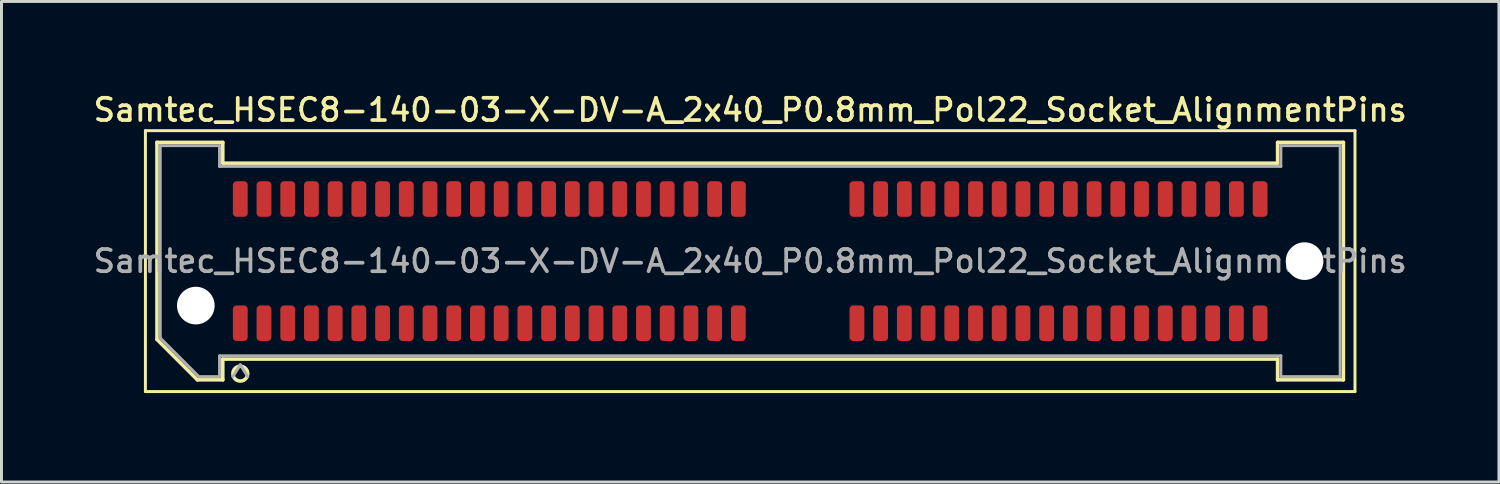
<source format=kicad_pcb>
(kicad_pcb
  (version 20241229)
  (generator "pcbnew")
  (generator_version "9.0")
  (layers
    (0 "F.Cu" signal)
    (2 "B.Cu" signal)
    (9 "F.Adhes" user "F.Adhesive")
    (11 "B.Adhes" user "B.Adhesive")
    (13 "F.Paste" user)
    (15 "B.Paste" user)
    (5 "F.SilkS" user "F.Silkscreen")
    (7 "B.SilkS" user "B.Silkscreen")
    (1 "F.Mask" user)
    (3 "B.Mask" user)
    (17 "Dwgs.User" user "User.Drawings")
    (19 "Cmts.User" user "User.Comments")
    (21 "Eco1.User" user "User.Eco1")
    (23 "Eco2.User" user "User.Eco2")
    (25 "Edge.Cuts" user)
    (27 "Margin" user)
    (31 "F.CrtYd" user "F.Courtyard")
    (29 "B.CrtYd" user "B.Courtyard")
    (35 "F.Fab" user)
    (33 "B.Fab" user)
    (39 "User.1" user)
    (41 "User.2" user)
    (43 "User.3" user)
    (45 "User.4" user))
  (footprint "Samtec_HSEC8-140-03-X-DV-A_2x40_P0.8mm_Pol22_Socket_AlignmentPins"
    (layer "F.Cu")
    (at 22.255 5.758)
    (property "Reference" "Samtec_HSEC8-140-03-X-DV-A_2x40_P0.8mm_Pol22_Socket_AlignmentPins" (at 0 -5.1 0) (layer "F.SilkS") (effects (font (size 0.75 0.75) (thickness 0.125))))
    (attr smd)
    (fp_line (start -20.4 -4.4) (end -20.4 4.4) (stroke (width 0.1) (type solid)) (layer "F.SilkS"))
    (fp_line (start -20.4 4.4) (end 20.4 4.4) (stroke (width 0.1) (type solid)) (layer "F.SilkS"))
    (fp_line (start -20.01 -4.005) (end -17.79 -4.005) (stroke (width 0.12) (type solid)) (layer "F.SilkS"))
    (fp_line (start -20.01 2.641) (end -20.01 -4.005) (stroke (width 0.12) (type solid)) (layer "F.SilkS"))
    (fp_line (start -18.646 4.005) (end -20.01 2.641) (stroke (width 0.12) (type solid)) (layer "F.SilkS"))
    (fp_line (start -17.79 -4.005) (end -17.79 -3.305) (stroke (width 0.12) (type solid)) (layer "F.SilkS"))
    (fp_line (start -17.79 -3.305) (end 17.79 -3.305) (stroke (width 0.12) (type solid)) (layer "F.SilkS"))
    (fp_line (start -17.79 3.305) (end -17.79 4.005) (stroke (width 0.12) (type solid)) (layer "F.SilkS"))
    (fp_line (start -17.79 4.005) (end -18.646 4.005) (stroke (width 0.12) (type solid)) (layer "F.SilkS"))
    (fp_line (start 17.79 -4.005) (end 20.01 -4.005) (stroke (width 0.12) (type solid)) (layer "F.SilkS"))
    (fp_line (start 17.79 -3.305) (end 17.79 -4.005) (stroke (width 0.12) (type solid)) (layer "F.SilkS"))
    (fp_line (start 17.79 3.305) (end -17.79 3.305) (stroke (width 0.12) (type solid)) (layer "F.SilkS"))
    (fp_line (start 17.79 4.005) (end 17.79 3.305) (stroke (width 0.12) (type solid)) (layer "F.SilkS"))
    (fp_line (start 20.01 -4.005) (end 20.01 4.005) (stroke (width 0.12) (type solid)) (layer "F.SilkS"))
    (fp_line (start 20.01 4.005) (end 17.79 4.005) (stroke (width 0.12) (type solid)) (layer "F.SilkS"))
    (fp_line (start 20.4 -4.4) (end -20.4 -4.4) (stroke (width 0.1) (type solid)) (layer "F.SilkS"))
    (fp_line (start 20.4 4.4) (end 20.4 -4.4) (stroke (width 0.1) (type solid)) (layer "F.SilkS"))
    (fp_arc (start -16.95 3.795) (mid -17.45 3.795) (end -16.95 3.795) (stroke (width 0.12) (type solid)) (layer "F.SilkS"))
    (fp_line (start -19.9 -3.895) (end -17.9 -3.895) (stroke (width 0.1) (type solid)) (layer "F.Fab"))
    (fp_line (start -19.9 2.595) (end -19.9 -3.895) (stroke (width 0.1) (type solid)) (layer "F.Fab"))
    (fp_line (start -18.6 3.895) (end -19.9 2.595) (stroke (width 0.1) (type solid)) (layer "F.Fab"))
    (fp_line (start -17.9 -3.895) (end -17.9 -3.195) (stroke (width 0.1) (type solid)) (layer "F.Fab"))
    (fp_line (start -17.9 -3.195) (end 17.9 -3.195) (stroke (width 0.1) (type solid)) (layer "F.Fab"))
    (fp_line (start -17.9 3.195) (end -17.9 3.895) (stroke (width 0.1) (type solid)) (layer "F.Fab"))
    (fp_line (start -17.9 3.895) (end -18.6 3.895) (stroke (width 0.1) (type solid)) (layer "F.Fab"))
    (fp_line (start -17.2 3.495) (end -17.45 3.895) (stroke (width 0.1) (type solid)) (layer "F.Fab"))
    (fp_line (start -17.2 3.495) (end -16.95 3.895) (stroke (width 0.1) (type solid)) (layer "F.Fab"))
    (fp_line (start 17.9 -3.895) (end 19.9 -3.895) (stroke (width 0.1) (type solid)) (layer "F.Fab"))
    (fp_line (start 17.9 -3.195) (end 17.9 -3.895) (stroke (width 0.1) (type solid)) (layer "F.Fab"))
    (fp_line (start 17.9 3.195) (end -17.9 3.195) (stroke (width 0.1) (type solid)) (layer "F.Fab"))
    (fp_line (start 17.9 3.895) (end 17.9 3.195) (stroke (width 0.1) (type solid)) (layer "F.Fab"))
    (fp_line (start 19.9 -3.895) (end 19.9 3.895) (stroke (width 0.1) (type solid)) (layer "F.Fab"))
    (fp_line (start 19.9 3.895) (end 17.9 3.895) (stroke (width 0.1) (type solid)) (layer "F.Fab"))
    (fp_text user "${REFERENCE}" (at 0 0 0) (layer "F.Fab") (effects (font (size 0.75 0.75) (thickness 0.125))))
    (pad "" np_thru_hole circle (at -18.7 1.5) (size 1.27 1.27) (drill 1.27) (layers "*.Cu" "*.Mask"))
    (pad "" np_thru_hole circle (at 18.7 0) (size 1.27 1.27) (drill 1.27) (layers "*.Cu" "*.Mask"))
    (pad "1" smd roundrect (at -17.2 2.095) (size 0.5 1.2) (layers "F.Cu" "F.Mask" "F.Paste") (roundrect_rratio 0.25))
    (pad "2" smd roundrect (at -17.2 -2.095) (size 0.5 1.2) (layers "F.Cu" "F.Mask" "F.Paste") (roundrect_rratio 0.25))
    (pad "3" smd roundrect (at -16.4 2.095) (size 0.5 1.2) (layers "F.Cu" "F.Mask" "F.Paste") (roundrect_rratio 0.25))
    (pad "4" smd roundrect (at -16.4 -2.095) (size 0.5 1.2) (layers "F.Cu" "F.Mask" "F.Paste") (roundrect_rratio 0.25))
    (pad "5" smd roundrect (at -15.6 2.095) (size 0.5 1.2) (layers "F.Cu" "F.Mask" "F.Paste") (roundrect_rratio 0.25))
    (pad "6" smd roundrect (at -15.6 -2.095) (size 0.5 1.2) (layers "F.Cu" "F.Mask" "F.Paste") (roundrect_rratio 0.25))
    (pad "7" smd roundrect (at -14.8 2.095) (size 0.5 1.2) (layers "F.Cu" "F.Mask" "F.Paste") (roundrect_rratio 0.25))
    (pad "8" smd roundrect (at -14.8 -2.095) (size 0.5 1.2) (layers "F.Cu" "F.Mask" "F.Paste") (roundrect_rratio 0.25))
    (pad "9" smd roundrect (at -14 2.095) (size 0.5 1.2) (layers "F.Cu" "F.Mask" "F.Paste") (roundrect_rratio 0.25))
    (pad "10" smd roundrect (at -14 -2.095) (size 0.5 1.2) (layers "F.Cu" "F.Mask" "F.Paste") (roundrect_rratio 0.25))
    (pad "11" smd roundrect (at -13.2 2.095) (size 0.5 1.2) (layers "F.Cu" "F.Mask" "F.Paste") (roundrect_rratio 0.25))
    (pad "12" smd roundrect (at -13.2 -2.095) (size 0.5 1.2) (layers "F.Cu" "F.Mask" "F.Paste") (roundrect_rratio 0.25))
    (pad "13" smd roundrect (at -12.4 2.095) (size 0.5 1.2) (layers "F.Cu" "F.Mask" "F.Paste") (roundrect_rratio 0.25))
    (pad "14" smd roundrect (at -12.4 -2.095) (size 0.5 1.2) (layers "F.Cu" "F.Mask" "F.Paste") (roundrect_rratio 0.25))
    (pad "15" smd roundrect (at -11.6 2.095) (size 0.5 1.2) (layers "F.Cu" "F.Mask" "F.Paste") (roundrect_rratio 0.25))
    (pad "16" smd roundrect (at -11.6 -2.095) (size 0.5 1.2) (layers "F.Cu" "F.Mask" "F.Paste") (roundrect_rratio 0.25))
    (pad "17" smd roundrect (at -10.8 2.095) (size 0.5 1.2) (layers "F.Cu" "F.Mask" "F.Paste") (roundrect_rratio 0.25))
    (pad "18" smd roundrect (at -10.8 -2.095) (size 0.5 1.2) (layers "F.Cu" "F.Mask" "F.Paste") (roundrect_rratio 0.25))
    (pad "19" smd roundrect (at -10 2.095) (size 0.5 1.2) (layers "F.Cu" "F.Mask" "F.Paste") (roundrect_rratio 0.25))
    (pad "20" smd roundrect (at -10 -2.095) (size 0.5 1.2) (layers "F.Cu" "F.Mask" "F.Paste") (roundrect_rratio 0.25))
    (pad "21" smd roundrect (at -9.2 2.095) (size 0.5 1.2) (layers "F.Cu" "F.Mask" "F.Paste") (roundrect_rratio 0.25))
    (pad "22" smd roundrect (at -9.2 -2.095) (size 0.5 1.2) (layers "F.Cu" "F.Mask" "F.Paste") (roundrect_rratio 0.25))
    (pad "23" smd roundrect (at -8.4 2.095) (size 0.5 1.2) (layers "F.Cu" "F.Mask" "F.Paste") (roundrect_rratio 0.25))
    (pad "24" smd roundrect (at -8.4 -2.095) (size 0.5 1.2) (layers "F.Cu" "F.Mask" "F.Paste") (roundrect_rratio 0.25))
    (pad "25" smd roundrect (at -7.6 2.095) (size 0.5 1.2) (layers "F.Cu" "F.Mask" "F.Paste") (roundrect_rratio 0.25))
    (pad "26" smd roundrect (at -7.6 -2.095) (size 0.5 1.2) (layers "F.Cu" "F.Mask" "F.Paste") (roundrect_rratio 0.25))
    (pad "27" smd roundrect (at -6.8 2.095) (size 0.5 1.2) (layers "F.Cu" "F.Mask" "F.Paste") (roundrect_rratio 0.25))
    (pad "28" smd roundrect (at -6.8 -2.095) (size 0.5 1.2) (layers "F.Cu" "F.Mask" "F.Paste") (roundrect_rratio 0.25))
    (pad "29" smd roundrect (at -6 2.095) (size 0.5 1.2) (layers "F.Cu" "F.Mask" "F.Paste") (roundrect_rratio 0.25))
    (pad "30" smd roundrect (at -6 -2.095) (size 0.5 1.2) (layers "F.Cu" "F.Mask" "F.Paste") (roundrect_rratio 0.25))
    (pad "31" smd roundrect (at -5.2 2.095) (size 0.5 1.2) (layers "F.Cu" "F.Mask" "F.Paste") (roundrect_rratio 0.25))
    (pad "32" smd roundrect (at -5.2 -2.095) (size 0.5 1.2) (layers "F.Cu" "F.Mask" "F.Paste") (roundrect_rratio 0.25))
    (pad "33" smd roundrect (at -4.4 2.095) (size 0.5 1.2) (layers "F.Cu" "F.Mask" "F.Paste") (roundrect_rratio 0.25))
    (pad "34" smd roundrect (at -4.4 -2.095) (size 0.5 1.2) (layers "F.Cu" "F.Mask" "F.Paste") (roundrect_rratio 0.25))
    (pad "35" smd roundrect (at -3.6 2.095) (size 0.5 1.2) (layers "F.Cu" "F.Mask" "F.Paste") (roundrect_rratio 0.25))
    (pad "36" smd roundrect (at -3.6 -2.095) (size 0.5 1.2) (layers "F.Cu" "F.Mask" "F.Paste") (roundrect_rratio 0.25))
    (pad "37" smd roundrect (at -2.8 2.095) (size 0.5 1.2) (layers "F.Cu" "F.Mask" "F.Paste") (roundrect_rratio 0.25))
    (pad "38" smd roundrect (at -2.8 -2.095) (size 0.5 1.2) (layers "F.Cu" "F.Mask" "F.Paste") (roundrect_rratio 0.25))
    (pad "39" smd roundrect (at -2 2.095) (size 0.5 1.2) (layers "F.Cu" "F.Mask" "F.Paste") (roundrect_rratio 0.25))
    (pad "40" smd roundrect (at -2 -2.095) (size 0.5 1.2) (layers "F.Cu" "F.Mask" "F.Paste") (roundrect_rratio 0.25))
    (pad "41" smd roundrect (at -1.2 2.095) (size 0.5 1.2) (layers "F.Cu" "F.Mask" "F.Paste") (roundrect_rratio 0.25))
    (pad "42" smd roundrect (at -1.2 -2.095) (size 0.5 1.2) (layers "F.Cu" "F.Mask" "F.Paste") (roundrect_rratio 0.25))
    (pad "43" smd roundrect (at -0.4 2.095) (size 0.5 1.2) (layers "F.Cu" "F.Mask" "F.Paste") (roundrect_rratio 0.25))
    (pad "44" smd roundrect (at -0.4 -2.095) (size 0.5 1.2) (layers "F.Cu" "F.Mask" "F.Paste") (roundrect_rratio 0.25))
    (pad "45" smd roundrect (at 3.6 2.095) (size 0.5 1.2) (layers "F.Cu" "F.Mask" "F.Paste") (roundrect_rratio 0.25))
    (pad "46" smd roundrect (at 3.6 -2.095) (size 0.5 1.2) (layers "F.Cu" "F.Mask" "F.Paste") (roundrect_rratio 0.25))
    (pad "47" smd roundrect (at 4.4 2.095) (size 0.5 1.2) (layers "F.Cu" "F.Mask" "F.Paste") (roundrect_rratio 0.25))
    (pad "48" smd roundrect (at 4.4 -2.095) (size 0.5 1.2) (layers "F.Cu" "F.Mask" "F.Paste") (roundrect_rratio 0.25))
    (pad "49" smd roundrect (at 5.2 2.095) (size 0.5 1.2) (layers "F.Cu" "F.Mask" "F.Paste") (roundrect_rratio 0.25))
    (pad "50" smd roundrect (at 5.2 -2.095) (size 0.5 1.2) (layers "F.Cu" "F.Mask" "F.Paste") (roundrect_rratio 0.25))
    (pad "51" smd roundrect (at 6 2.095) (size 0.5 1.2) (layers "F.Cu" "F.Mask" "F.Paste") (roundrect_rratio 0.25))
    (pad "52" smd roundrect (at 6 -2.095) (size 0.5 1.2) (layers "F.Cu" "F.Mask" "F.Paste") (roundrect_rratio 0.25))
    (pad "53" smd roundrect (at 6.8 2.095) (size 0.5 1.2) (layers "F.Cu" "F.Mask" "F.Paste") (roundrect_rratio 0.25))
    (pad "54" smd roundrect (at 6.8 -2.095) (size 0.5 1.2) (layers "F.Cu" "F.Mask" "F.Paste") (roundrect_rratio 0.25))
    (pad "55" smd roundrect (at 7.6 2.095) (size 0.5 1.2) (layers "F.Cu" "F.Mask" "F.Paste") (roundrect_rratio 0.25))
    (pad "56" smd roundrect (at 7.6 -2.095) (size 0.5 1.2) (layers "F.Cu" "F.Mask" "F.Paste") (roundrect_rratio 0.25))
    (pad "57" smd roundrect (at 8.4 2.095) (size 0.5 1.2) (layers "F.Cu" "F.Mask" "F.Paste") (roundrect_rratio 0.25))
    (pad "58" smd roundrect (at 8.4 -2.095) (size 0.5 1.2) (layers "F.Cu" "F.Mask" "F.Paste") (roundrect_rratio 0.25))
    (pad "59" smd roundrect (at 9.2 2.095) (size 0.5 1.2) (layers "F.Cu" "F.Mask" "F.Paste") (roundrect_rratio 0.25))
    (pad "60" smd roundrect (at 9.2 -2.095) (size 0.5 1.2) (layers "F.Cu" "F.Mask" "F.Paste") (roundrect_rratio 0.25))
    (pad "61" smd roundrect (at 10 2.095) (size 0.5 1.2) (layers "F.Cu" "F.Mask" "F.Paste") (roundrect_rratio 0.25))
    (pad "62" smd roundrect (at 10 -2.095) (size 0.5 1.2) (layers "F.Cu" "F.Mask" "F.Paste") (roundrect_rratio 0.25))
    (pad "63" smd roundrect (at 10.8 2.095) (size 0.5 1.2) (layers "F.Cu" "F.Mask" "F.Paste") (roundrect_rratio 0.25))
    (pad "64" smd roundrect (at 10.8 -2.095) (size 0.5 1.2) (layers "F.Cu" "F.Mask" "F.Paste") (roundrect_rratio 0.25))
    (pad "65" smd roundrect (at 11.6 2.095) (size 0.5 1.2) (layers "F.Cu" "F.Mask" "F.Paste") (roundrect_rratio 0.25))
    (pad "66" smd roundrect (at 11.6 -2.095) (size 0.5 1.2) (layers "F.Cu" "F.Mask" "F.Paste") (roundrect_rratio 0.25))
    (pad "67" smd roundrect (at 12.4 2.095) (size 0.5 1.2) (layers "F.Cu" "F.Mask" "F.Paste") (roundrect_rratio 0.25))
    (pad "68" smd roundrect (at 12.4 -2.095) (size 0.5 1.2) (layers "F.Cu" "F.Mask" "F.Paste") (roundrect_rratio 0.25))
    (pad "69" smd roundrect (at 13.2 2.095) (size 0.5 1.2) (layers "F.Cu" "F.Mask" "F.Paste") (roundrect_rratio 0.25))
    (pad "70" smd roundrect (at 13.2 -2.095) (size 0.5 1.2) (layers "F.Cu" "F.Mask" "F.Paste") (roundrect_rratio 0.25))
    (pad "71" smd roundrect (at 14 2.095) (size 0.5 1.2) (layers "F.Cu" "F.Mask" "F.Paste") (roundrect_rratio 0.25))
    (pad "72" smd roundrect (at 14 -2.095) (size 0.5 1.2) (layers "F.Cu" "F.Mask" "F.Paste") (roundrect_rratio 0.25))
    (pad "73" smd roundrect (at 14.8 2.095) (size 0.5 1.2) (layers "F.Cu" "F.Mask" "F.Paste") (roundrect_rratio 0.25))
    (pad "74" smd roundrect (at 14.8 -2.095) (size 0.5 1.2) (layers "F.Cu" "F.Mask" "F.Paste") (roundrect_rratio 0.25))
    (pad "75" smd roundrect (at 15.6 2.095) (size 0.5 1.2) (layers "F.Cu" "F.Mask" "F.Paste") (roundrect_rratio 0.25))
    (pad "76" smd roundrect (at 15.6 -2.095) (size 0.5 1.2) (layers "F.Cu" "F.Mask" "F.Paste") (roundrect_rratio 0.25))
    (pad "77" smd roundrect (at 16.4 2.095) (size 0.5 1.2) (layers "F.Cu" "F.Mask" "F.Paste") (roundrect_rratio 0.25))
    (pad "78" smd roundrect (at 16.4 -2.095) (size 0.5 1.2) (layers "F.Cu" "F.Mask" "F.Paste") (roundrect_rratio 0.25))
    (pad "79" smd roundrect (at 17.2 2.095) (size 0.5 1.2) (layers "F.Cu" "F.Mask" "F.Paste") (roundrect_rratio 0.25))
    (pad "80" smd roundrect (at 17.2 -2.095) (size 0.5 1.2) (layers "F.Cu" "F.Mask" "F.Paste") (roundrect_rratio 0.25)))
  (gr_rect
    (start -3 -3)
    (end 47.511 13.208)
    (stroke (width 0.1) (type default))
    (fill no)
    (layer "Edge.Cuts")))
</source>
